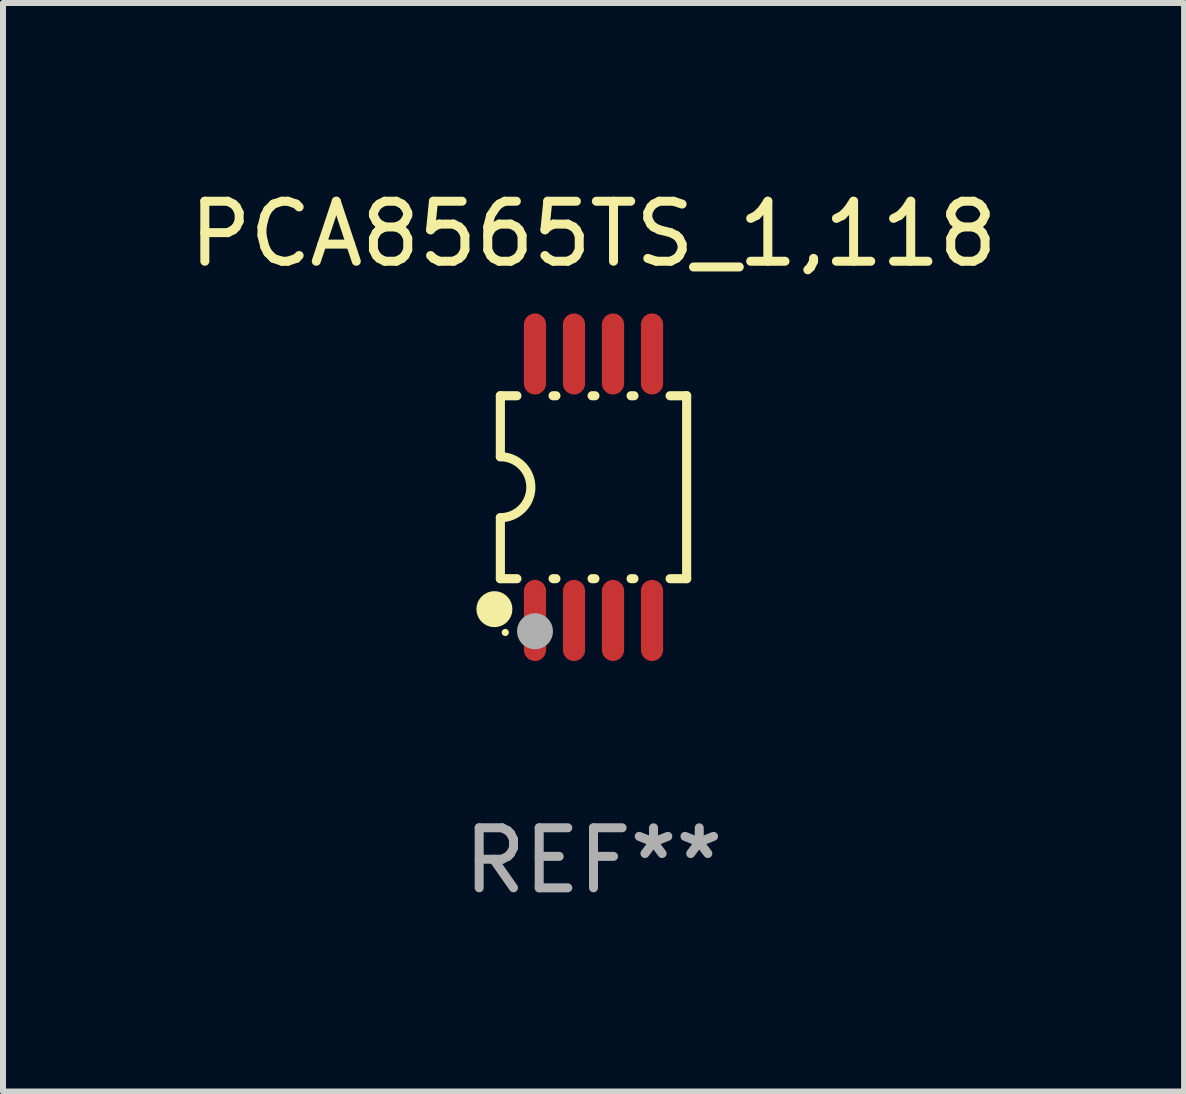
<source format=kicad_pcb>
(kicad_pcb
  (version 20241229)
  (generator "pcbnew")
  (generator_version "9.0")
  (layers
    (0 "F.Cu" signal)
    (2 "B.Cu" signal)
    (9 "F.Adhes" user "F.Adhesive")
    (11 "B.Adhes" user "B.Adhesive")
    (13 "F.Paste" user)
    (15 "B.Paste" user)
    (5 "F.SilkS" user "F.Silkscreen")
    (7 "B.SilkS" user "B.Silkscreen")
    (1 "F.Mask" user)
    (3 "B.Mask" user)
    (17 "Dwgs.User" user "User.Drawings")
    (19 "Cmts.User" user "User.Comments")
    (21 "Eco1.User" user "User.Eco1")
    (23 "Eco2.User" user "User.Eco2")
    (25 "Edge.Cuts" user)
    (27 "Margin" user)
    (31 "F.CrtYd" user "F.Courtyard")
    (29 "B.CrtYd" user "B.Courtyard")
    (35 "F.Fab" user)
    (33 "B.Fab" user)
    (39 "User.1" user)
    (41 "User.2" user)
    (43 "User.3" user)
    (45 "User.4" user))
  (footprint "PCA8565TS_1,118"
    (layer "F.Cu")
    (at 6.839 5.068)
    (property "Reference" "PCA8565TS_1,118" (at 0 -4.22 0) (layer "F.SilkS") (effects (font (size 1 1) (thickness 0.15))))
    (attr through_hole)
    (fp_line (start -1.552 -1.524) (end -1.276 -1.524) (stroke (width 0.152) (type solid)) (layer "F.SilkS"))
    (fp_line (start -1.552 -0.508) (end -1.552 -1.524) (stroke (width 0.152) (type solid)) (layer "F.SilkS"))
    (fp_line (start -1.552 1.524) (end -1.552 0.508) (stroke (width 0.152) (type solid)) (layer "F.SilkS"))
    (fp_line (start -1.552 1.524) (end -1.276 1.524) (stroke (width 0.152) (type solid)) (layer "F.SilkS"))
    (fp_line (start -0.674 -1.524) (end -0.626 -1.524) (stroke (width 0.152) (type solid)) (layer "F.SilkS"))
    (fp_line (start -0.674 1.524) (end -0.626 1.524) (stroke (width 0.152) (type solid)) (layer "F.SilkS"))
    (fp_line (start -0.024 -1.524) (end 0.024 -1.524) (stroke (width 0.152) (type solid)) (layer "F.SilkS"))
    (fp_line (start -0.024 1.524) (end 0.024 1.524) (stroke (width 0.152) (type solid)) (layer "F.SilkS"))
    (fp_line (start 0.626 -1.524) (end 0.674 -1.524) (stroke (width 0.152) (type solid)) (layer "F.SilkS"))
    (fp_line (start 0.626 1.524) (end 0.674 1.524) (stroke (width 0.152) (type solid)) (layer "F.SilkS"))
    (fp_line (start 1.276 1.524) (end 1.552 1.524) (stroke (width 0.152) (type solid)) (layer "F.SilkS"))
    (fp_line (start 1.276 -1.524) (end 1.552 -1.524) (stroke (width 0.152) (type solid)) (layer "F.SilkS"))
    (fp_line (start 1.552 -1.524) (end 1.552 1.524) (stroke (width 0.152) (type solid)) (layer "F.SilkS"))
    (fp_arc (start -1.551943 -0.508001) (mid -1.043942 0) (end -1.551943 0.508001) (stroke (width 0.151994) (type solid)) (layer "F.SilkS"))
    (fp_circle (center -1.651 2.032) (end -1.501 2.032) (stroke (width 0.3) (type solid)) (fill no) (layer "F.SilkS"))
    (fp_circle (center -1.47 2.42) (end -1.44 2.42) (stroke (width 0.06) (type solid)) (fill no) (layer "F.SilkS"))
    (fp_circle (center -0.975 2.4) (end -0.825 2.4) (stroke (width 0.3) (type solid)) (fill no) (layer "F.Fab"))
    (fp_text user "REF**" (at 0 6.22 0) (layer "F.Fab") (effects (font (size 1 1) (thickness 0.15))))
    (pad "1" smd oval (at -0.975 2.22) (size 0.37 1.35) (layers "F.Cu" "F.Mask" "F.Paste"))
    (pad "2" smd oval (at -0.325 2.22) (size 0.37 1.35) (layers "F.Cu" "F.Mask" "F.Paste"))
    (pad "3" smd oval (at 0.325 2.22) (size 0.37 1.35) (layers "F.Cu" "F.Mask" "F.Paste"))
    (pad "4" smd oval (at 0.975 2.22) (size 0.37 1.35) (layers "F.Cu" "F.Mask" "F.Paste"))
    (pad "5" smd oval (at 0.975 -2.22) (size 0.37 1.35) (layers "F.Cu" "F.Mask" "F.Paste"))
    (pad "6" smd oval (at 0.325 -2.22) (size 0.37 1.35) (layers "F.Cu" "F.Mask" "F.Paste"))
    (pad "7" smd oval (at -0.325 -2.22) (size 0.37 1.35) (layers "F.Cu" "F.Mask" "F.Paste"))
    (pad "8" smd oval (at -0.975 -2.22) (size 0.37 1.35) (layers "F.Cu" "F.Mask" "F.Paste")))
  (gr_rect
    (start -3 -3)
    (end 16.679 15.137)
    (stroke (width 0.1) (type default))
    (fill no)
    (layer "Edge.Cuts")))
</source>
